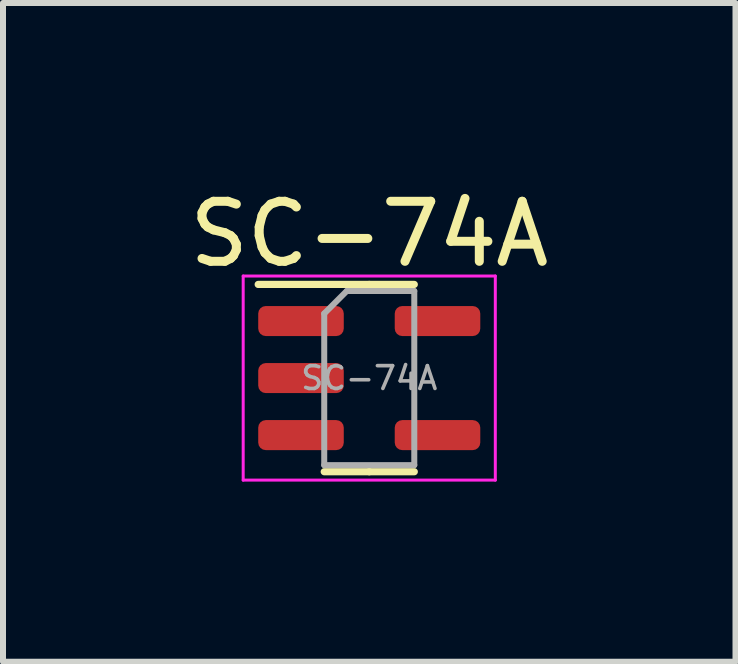
<source format=kicad_pcb>
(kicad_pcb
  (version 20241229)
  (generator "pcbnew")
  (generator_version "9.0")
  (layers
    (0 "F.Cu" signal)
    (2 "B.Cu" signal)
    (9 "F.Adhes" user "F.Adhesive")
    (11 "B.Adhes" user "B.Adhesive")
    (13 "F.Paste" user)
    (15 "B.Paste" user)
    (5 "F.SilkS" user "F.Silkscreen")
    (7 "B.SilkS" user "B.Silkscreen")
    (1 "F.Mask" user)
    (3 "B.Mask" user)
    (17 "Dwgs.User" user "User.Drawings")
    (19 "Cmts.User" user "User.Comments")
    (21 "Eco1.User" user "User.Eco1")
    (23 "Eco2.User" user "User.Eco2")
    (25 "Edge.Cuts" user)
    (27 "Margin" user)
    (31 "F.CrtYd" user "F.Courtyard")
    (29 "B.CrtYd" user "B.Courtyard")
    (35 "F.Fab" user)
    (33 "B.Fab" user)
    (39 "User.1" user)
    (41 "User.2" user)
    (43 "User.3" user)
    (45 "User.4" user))
  (footprint "SC-74A"
    (layer "F.Cu")
    (at 3.101 3.248)
    (property "Reference" "SC-74A" (at 0 -2.4 0) (layer "F.SilkS") (effects (font (size 1 1) (thickness 0.15))))
    (attr smd)
    (fp_line (start 0 -1.56) (end -1.85 -1.56) (stroke (width 0.12) (type solid)) (layer "F.SilkS"))
    (fp_line (start 0 -1.56) (end 0.75 -1.56) (stroke (width 0.12) (type solid)) (layer "F.SilkS"))
    (fp_line (start 0 1.56) (end -0.75 1.56) (stroke (width 0.12) (type solid)) (layer "F.SilkS"))
    (fp_line (start 0 1.56) (end 0.75 1.56) (stroke (width 0.12) (type solid)) (layer "F.SilkS"))
    (fp_line (start -2.1 -1.7) (end -2.1 1.7) (stroke (width 0.05) (type solid)) (layer "F.CrtYd"))
    (fp_line (start -2.1 1.7) (end 2.1 1.7) (stroke (width 0.05) (type solid)) (layer "F.CrtYd"))
    (fp_line (start 2.1 -1.7) (end -2.1 -1.7) (stroke (width 0.05) (type solid)) (layer "F.CrtYd"))
    (fp_line (start 2.1 1.7) (end 2.1 -1.7) (stroke (width 0.05) (type solid)) (layer "F.CrtYd"))
    (fp_line (start -0.75 -1.075) (end -0.375 -1.45) (stroke (width 0.1) (type solid)) (layer "F.Fab"))
    (fp_line (start -0.75 1.45) (end -0.75 -1.075) (stroke (width 0.1) (type solid)) (layer "F.Fab"))
    (fp_line (start -0.375 -1.45) (end 0.75 -1.45) (stroke (width 0.1) (type solid)) (layer "F.Fab"))
    (fp_line (start 0.75 -1.45) (end 0.75 1.45) (stroke (width 0.1) (type solid)) (layer "F.Fab"))
    (fp_line (start 0.75 1.45) (end -0.75 1.45) (stroke (width 0.1) (type solid)) (layer "F.Fab"))
    (fp_text user "${REFERENCE}" (at 0 0 0) (layer "F.Fab") (effects (font (size 0.38 0.38) (thickness 0.06))))
    (pad "1" smd roundrect (at -1.137 -0.95) (size 1.425 0.5) (layers "F.Cu" "F.Mask" "F.Paste") (roundrect_rratio 0.25))
    (pad "2" smd roundrect (at -1.137 0) (size 1.425 0.5) (layers "F.Cu" "F.Mask" "F.Paste") (roundrect_rratio 0.25))
    (pad "3" smd roundrect (at -1.137 0.95) (size 1.425 0.5) (layers "F.Cu" "F.Mask" "F.Paste") (roundrect_rratio 0.25))
    (pad "4" smd roundrect (at 1.137 0.95) (size 1.425 0.5) (layers "F.Cu" "F.Mask" "F.Paste") (roundrect_rratio 0.25))
    (pad "5" smd roundrect (at 1.137 -0.95) (size 1.425 0.5) (layers "F.Cu" "F.Mask" "F.Paste") (roundrect_rratio 0.25)))
  (gr_rect
    (start -3 -3)
    (end 9.202 7.973)
    (stroke (width 0.1) (type default))
    (fill no)
    (layer "Edge.Cuts")))
</source>
